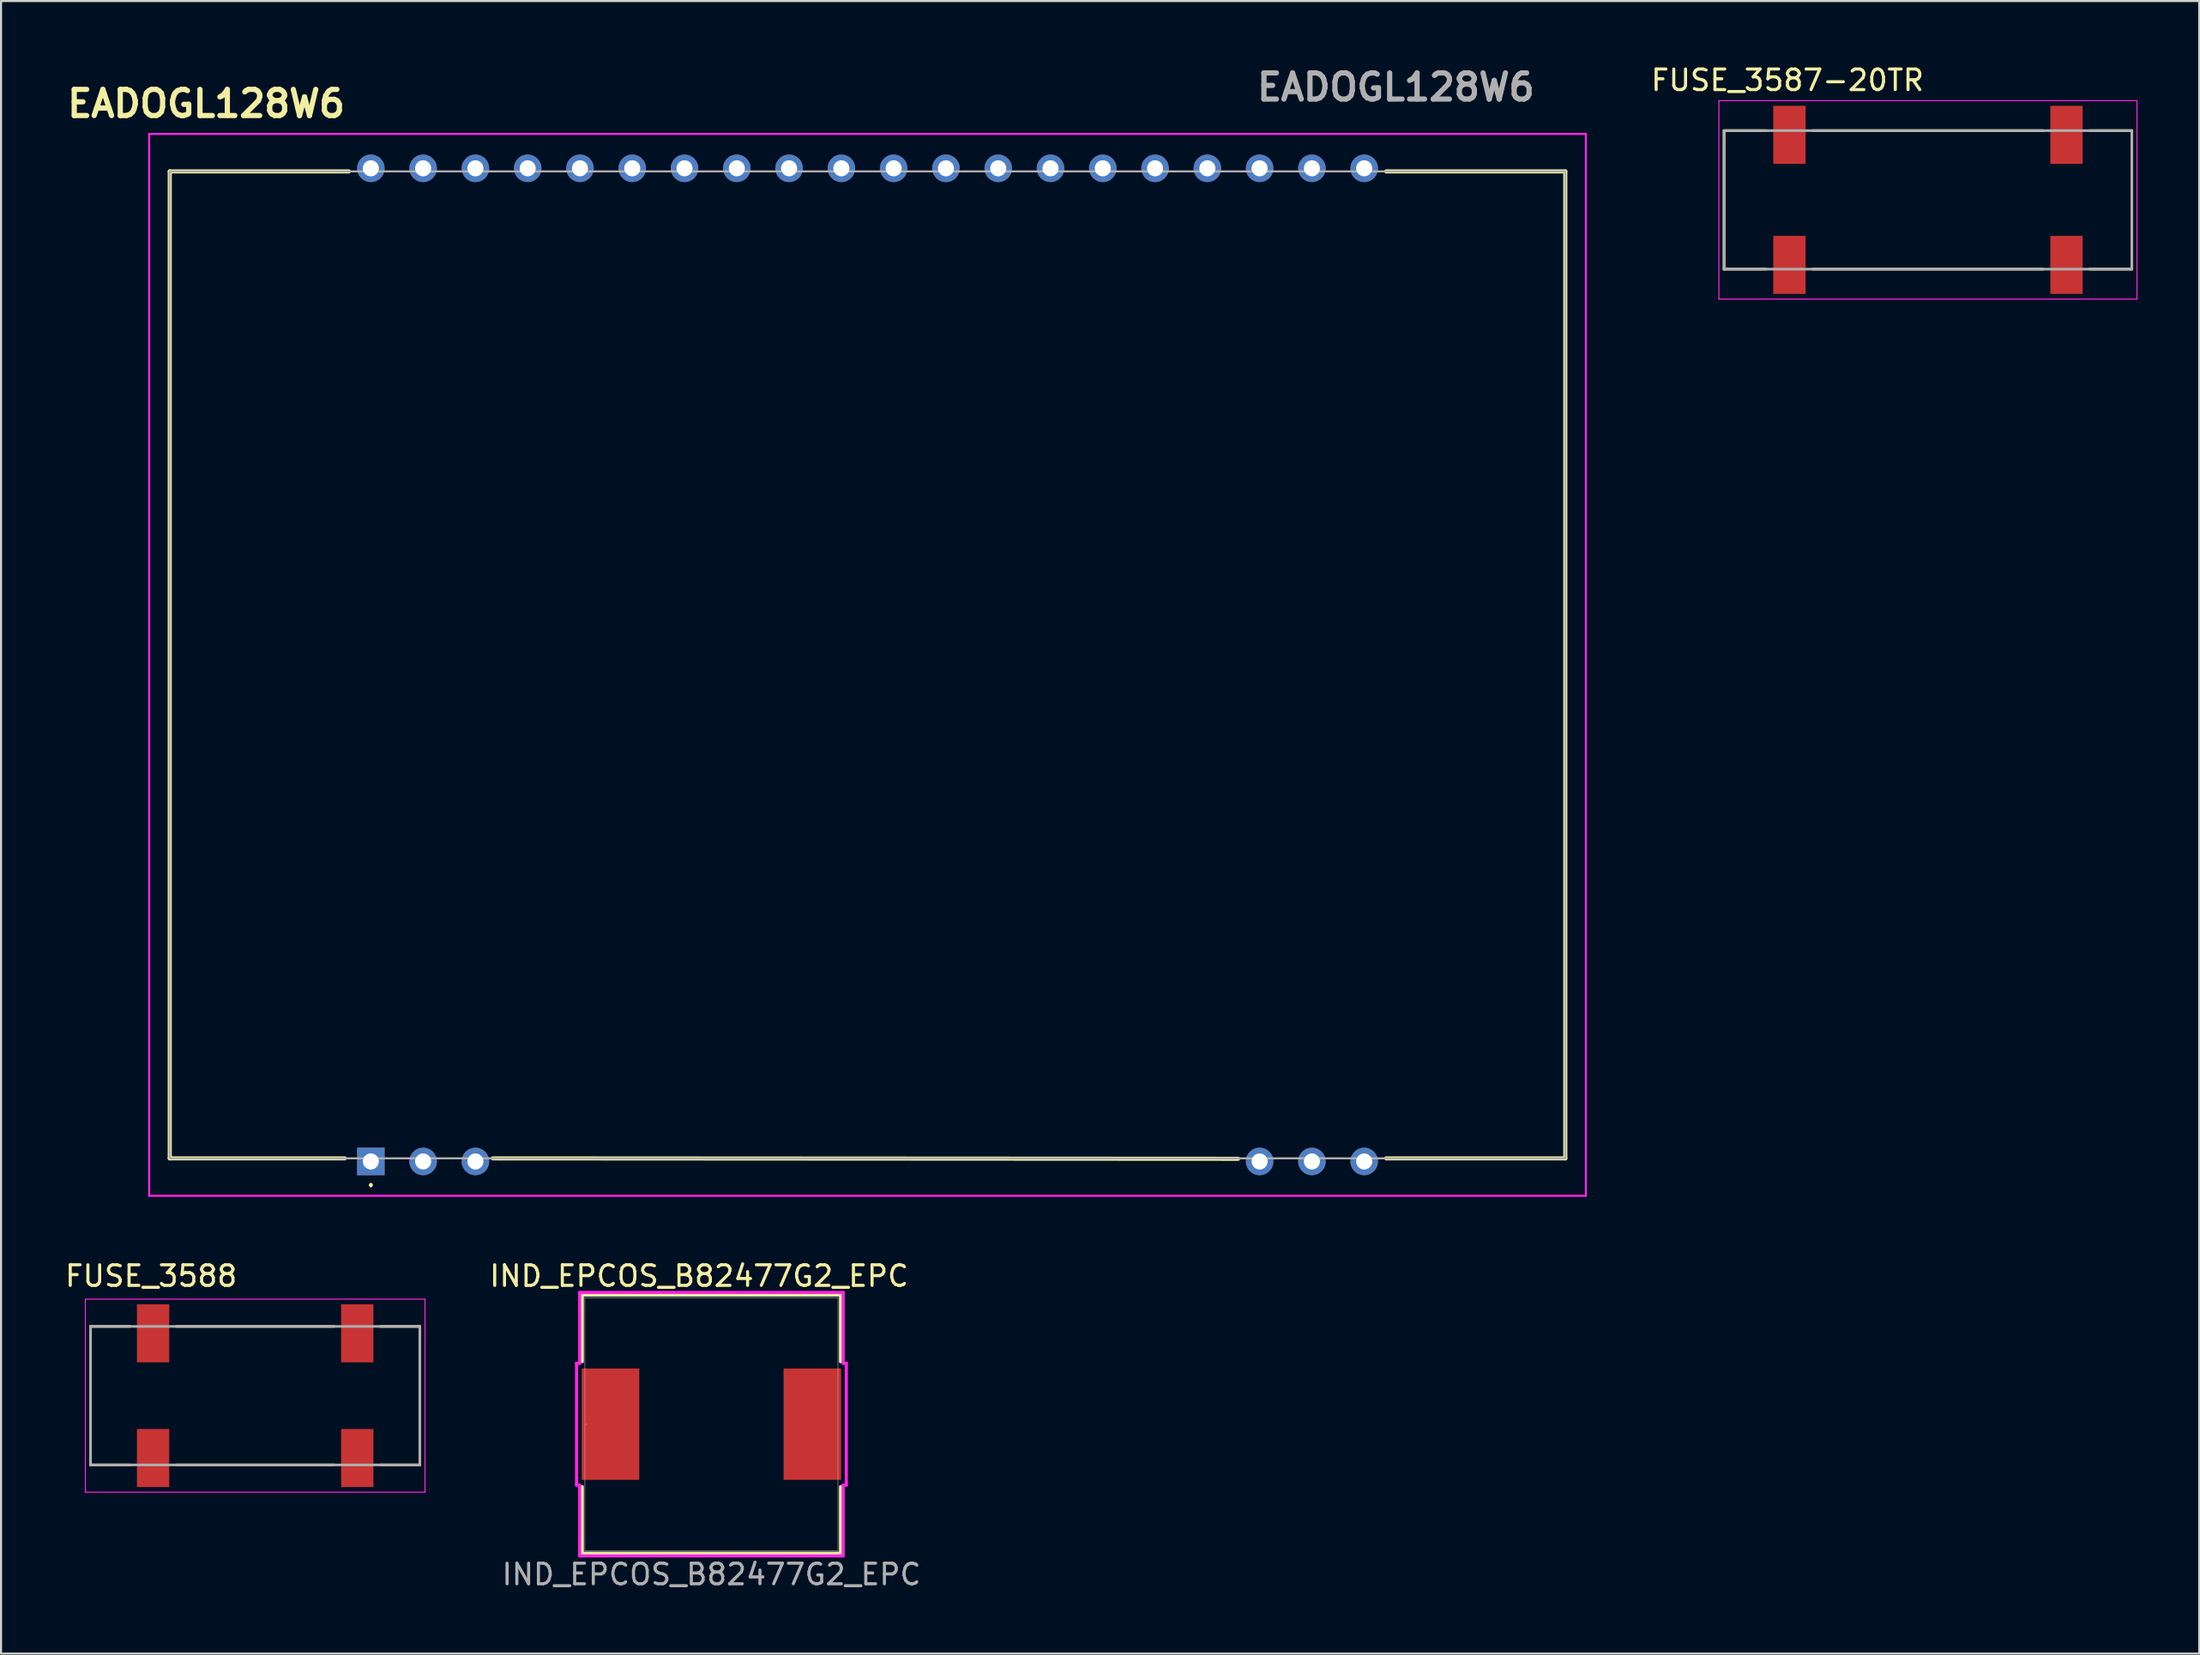
<source format=kicad_pcb>
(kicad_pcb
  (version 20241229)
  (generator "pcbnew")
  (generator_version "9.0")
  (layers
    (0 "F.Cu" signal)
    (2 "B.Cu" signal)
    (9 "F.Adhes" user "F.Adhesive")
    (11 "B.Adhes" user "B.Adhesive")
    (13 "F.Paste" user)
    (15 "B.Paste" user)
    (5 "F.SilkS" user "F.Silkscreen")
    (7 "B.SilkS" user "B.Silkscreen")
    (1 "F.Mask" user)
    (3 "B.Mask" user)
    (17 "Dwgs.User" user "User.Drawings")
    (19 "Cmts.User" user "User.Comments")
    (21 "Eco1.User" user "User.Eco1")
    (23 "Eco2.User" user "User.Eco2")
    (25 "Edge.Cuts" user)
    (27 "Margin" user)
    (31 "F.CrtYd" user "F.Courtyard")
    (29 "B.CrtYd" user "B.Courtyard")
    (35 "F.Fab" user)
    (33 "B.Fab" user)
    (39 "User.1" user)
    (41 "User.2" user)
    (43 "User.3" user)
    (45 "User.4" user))
  (footprint "EADOGL128W6"
    (layer "F.Cu")
    (at 14.967 53.389)
    (property "Reference" "EADOGL128W6" (at -8 -51.4 0) (layer "F.SilkS") (effects (font (size 1.27 1.27) (thickness 0.254))))
    (attr through_hole)
    (fp_line (start -9.77 -48.11) (end -9.77 -0.15) (stroke (width 0.2) (type solid)) (layer "F.SilkS"))
    (fp_line (start -9.77 -0.15) (end -1.27 -0.15) (stroke (width 0.2) (type solid)) (layer "F.SilkS"))
    (fp_line (start -1.07 -48.11) (end -9.77 -48.11) (stroke (width 0.2) (type solid)) (layer "F.SilkS"))
    (fp_line (start 0 1.1) (end 0 1.1) (stroke (width 0.1) (type solid)) (layer "F.SilkS"))
    (fp_line (start 0 1.2) (end 0 1.2) (stroke (width 0.1) (type solid)) (layer "F.SilkS"))
    (fp_line (start 5.93 -0.15) (end 42.13 -0.13) (stroke (width 0.2) (type solid)) (layer "F.SilkS"))
    (fp_line (start 49.33 -0.15) (end 58.03 -0.15) (stroke (width 0.2) (type solid)) (layer "F.SilkS"))
    (fp_line (start 58.03 -48.11) (end 49.33 -48.11) (stroke (width 0.2) (type solid)) (layer "F.SilkS"))
    (fp_line (start 58.03 -0.15) (end 58.03 -48.11) (stroke (width 0.2) (type solid)) (layer "F.SilkS"))
    (fp_arc (start 0 1.1) (mid 0.05 1.15) (end 0 1.2) (stroke (width 0.1) (type solid)) (layer "F.SilkS"))
    (fp_arc (start 0 1.2) (mid -0.05 1.15) (end 0 1.1) (stroke (width 0.1) (type solid)) (layer "F.SilkS"))
    (fp_line (start -10.77 -49.929) (end 59.03 -49.929) (stroke (width 0.1) (type solid)) (layer "F.CrtYd"))
    (fp_line (start -10.77 1.669) (end -10.77 -49.929) (stroke (width 0.1) (type solid)) (layer "F.CrtYd"))
    (fp_line (start 59.03 -49.929) (end 59.03 1.669) (stroke (width 0.1) (type solid)) (layer "F.CrtYd"))
    (fp_line (start 59.03 1.669) (end -10.77 1.669) (stroke (width 0.1) (type solid)) (layer "F.CrtYd"))
    (fp_line (start -9.77 -48.11) (end 58.03 -48.11) (stroke (width 0.1) (type solid)) (layer "F.Fab"))
    (fp_line (start -9.77 -0.15) (end -9.77 -48.11) (stroke (width 0.1) (type solid)) (layer "F.Fab"))
    (fp_line (start 58.03 -48.11) (end 58.03 -0.15) (stroke (width 0.1) (type solid)) (layer "F.Fab"))
    (fp_line (start 58.03 -0.15) (end -9.77 -0.15) (stroke (width 0.1) (type solid)) (layer "F.Fab"))
    (fp_text user "${REFERENCE}" (at 49.8 -52.2 0) (layer "F.Fab") (effects (font (size 1.27 1.27) (thickness 0.254))))
    (pad "1" thru_hole rect (at 0 0) (size 1.337 1.337) (drill 0.78) (layers "*.Cu" "*.Mask"))
    (pad "2" thru_hole circle (at 2.54 0) (size 1.337 1.337) (drill 0.78) (layers "*.Cu" "*.Mask"))
    (pad "3" thru_hole circle (at 5.08 0) (size 1.337 1.337) (drill 0.78) (layers "*.Cu" "*.Mask"))
    (pad "18" thru_hole circle (at 43.18 0) (size 1.337 1.337) (drill 0.78) (layers "*.Cu" "*.Mask"))
    (pad "19" thru_hole circle (at 45.72 0) (size 1.337 1.337) (drill 0.78) (layers "*.Cu" "*.Mask"))
    (pad "20" thru_hole circle (at 48.26 0) (size 1.337 1.337) (drill 0.78) (layers "*.Cu" "*.Mask"))
    (pad "21" thru_hole circle (at 48.26 -48.26) (size 1.337 1.337) (drill 0.78) (layers "*.Cu" "*.Mask"))
    (pad "22" thru_hole circle (at 45.72 -48.26) (size 1.337 1.337) (drill 0.78) (layers "*.Cu" "*.Mask"))
    (pad "23" thru_hole circle (at 43.18 -48.26) (size 1.337 1.337) (drill 0.78) (layers "*.Cu" "*.Mask"))
    (pad "24" thru_hole circle (at 40.64 -48.26) (size 1.337 1.337) (drill 0.78) (layers "*.Cu" "*.Mask"))
    (pad "25" thru_hole circle (at 38.1 -48.26) (size 1.337 1.337) (drill 0.78) (layers "*.Cu" "*.Mask"))
    (pad "26" thru_hole circle (at 35.56 -48.26) (size 1.337 1.337) (drill 0.78) (layers "*.Cu" "*.Mask"))
    (pad "27" thru_hole circle (at 33.02 -48.26) (size 1.337 1.337) (drill 0.78) (layers "*.Cu" "*.Mask"))
    (pad "28" thru_hole circle (at 30.48 -48.26) (size 1.337 1.337) (drill 0.78) (layers "*.Cu" "*.Mask"))
    (pad "29" thru_hole circle (at 27.94 -48.26) (size 1.337 1.337) (drill 0.78) (layers "*.Cu" "*.Mask"))
    (pad "30" thru_hole circle (at 25.4 -48.26) (size 1.337 1.337) (drill 0.78) (layers "*.Cu" "*.Mask"))
    (pad "31" thru_hole circle (at 22.86 -48.26) (size 1.337 1.337) (drill 0.78) (layers "*.Cu" "*.Mask"))
    (pad "32" thru_hole circle (at 20.32 -48.26) (size 1.337 1.337) (drill 0.78) (layers "*.Cu" "*.Mask"))
    (pad "33" thru_hole circle (at 17.78 -48.26) (size 1.337 1.337) (drill 0.78) (layers "*.Cu" "*.Mask"))
    (pad "34" thru_hole circle (at 15.24 -48.26) (size 1.337 1.337) (drill 0.78) (layers "*.Cu" "*.Mask"))
    (pad "35" thru_hole circle (at 12.7 -48.26) (size 1.337 1.337) (drill 0.78) (layers "*.Cu" "*.Mask"))
    (pad "36" thru_hole circle (at 10.16 -48.26) (size 1.337 1.337) (drill 0.78) (layers "*.Cu" "*.Mask"))
    (pad "37" thru_hole circle (at 7.62 -48.26) (size 1.337 1.337) (drill 0.78) (layers "*.Cu" "*.Mask"))
    (pad "38" thru_hole circle (at 5.08 -48.26) (size 1.337 1.337) (drill 0.78) (layers "*.Cu" "*.Mask"))
    (pad "39" thru_hole circle (at 2.54 -48.26) (size 1.337 1.337) (drill 0.78) (layers "*.Cu" "*.Mask"))
    (pad "40" thru_hole circle (at 0 -48.26) (size 1.337 1.337) (drill 0.78) (layers "*.Cu" "*.Mask")))
  (footprint "FUSE_3587-20TR"
    (layer "F.Cu")
    (at 90.616 6.663)
    (property "Reference" "FUSE_3587-20TR" (at -6.825 -5.815 0) (layer "F.SilkS") (effects (font (size 1 1) (thickness 0.15))))
    (attr smd)
    (fp_line (start -9.905 -3.365) (end -9.905 3.365) (stroke (width 0.127) (type solid)) (layer "F.SilkS"))
    (fp_line (start -7.85 -3.365) (end -9.905 -3.365) (stroke (width 0.127) (type solid)) (layer "F.SilkS"))
    (fp_line (start -7.85 3.365) (end -9.905 3.365) (stroke (width 0.127) (type solid)) (layer "F.SilkS"))
    (fp_line (start -5.6 -3.365) (end 5.6 -3.365) (stroke (width 0.127) (type solid)) (layer "F.SilkS"))
    (fp_line (start 5.6 3.365) (end -5.6 3.365) (stroke (width 0.127) (type solid)) (layer "F.SilkS"))
    (fp_line (start 7.85 -3.365) (end 9.905 -3.365) (stroke (width 0.127) (type solid)) (layer "F.SilkS"))
    (fp_line (start 7.85 3.365) (end 9.905 3.365) (stroke (width 0.127) (type solid)) (layer "F.SilkS"))
    (fp_line (start 9.905 -3.365) (end 9.905 3.365) (stroke (width 0.127) (type solid)) (layer "F.SilkS"))
    (fp_line (start -10.155 -4.82) (end 10.155 -4.82) (stroke (width 0.05) (type solid)) (layer "F.CrtYd"))
    (fp_line (start -10.155 4.82) (end -10.155 -4.82) (stroke (width 0.05) (type solid)) (layer "F.CrtYd"))
    (fp_line (start 10.155 -4.82) (end 10.155 4.82) (stroke (width 0.05) (type solid)) (layer "F.CrtYd"))
    (fp_line (start 10.155 4.82) (end -10.155 4.82) (stroke (width 0.05) (type solid)) (layer "F.CrtYd"))
    (fp_line (start -9.905 -3.365) (end 9.905 -3.365) (stroke (width 0.127) (type solid)) (layer "F.Fab"))
    (fp_line (start -9.905 3.365) (end -9.905 -3.365) (stroke (width 0.127) (type solid)) (layer "F.Fab"))
    (fp_line (start 9.905 -3.365) (end 9.905 3.365) (stroke (width 0.127) (type solid)) (layer "F.Fab"))
    (fp_line (start 9.905 3.365) (end -9.905 3.365) (stroke (width 0.127) (type solid)) (layer "F.Fab"))
    (pad "1_1" smd rect (at -6.73 -3.16) (size 1.57 2.82) (layers "F.Cu" "F.Mask" "F.Paste"))
    (pad "1_2" smd rect (at -6.73 3.16) (size 1.57 2.82) (layers "F.Cu" "F.Mask" "F.Paste"))
    (pad "2_1" smd rect (at 6.73 -3.16) (size 1.57 2.82) (layers "F.Cu" "F.Mask" "F.Paste"))
    (pad "2_2" smd rect (at 6.73 3.16) (size 1.57 2.82) (layers "F.Cu" "F.Mask" "F.Paste")))
  (footprint "IND_EPCOS_B82477G2_EPC"
    (layer "F.Cu")
    (at 31.513 66.156)
    (property "Reference" "IND_EPCOS_B82477G2_EPC" (at -0.6 -7.2 0) (unlocked yes) (layer "F.SilkS") (effects (font (size 1 1) (thickness 0.15))))
    (attr smd)
    (fp_line (start -6.274 -6.274) (end -6.274 -3.038) (stroke (width 0.152) (type solid)) (layer "F.SilkS"))
    (fp_line (start -6.274 3.038) (end -6.274 6.274) (stroke (width 0.152) (type solid)) (layer "F.SilkS"))
    (fp_line (start -6.274 6.274) (end 6.274 6.274) (stroke (width 0.152) (type solid)) (layer "F.SilkS"))
    (fp_line (start 6.274 -6.274) (end -6.274 -6.274) (stroke (width 0.152) (type solid)) (layer "F.SilkS"))
    (fp_line (start 6.274 -3.038) (end 6.274 -6.274) (stroke (width 0.152) (type solid)) (layer "F.SilkS"))
    (fp_line (start 6.274 6.274) (end 6.274 3.038) (stroke (width 0.152) (type solid)) (layer "F.SilkS"))
    (fp_line (start -6.553 -2.959) (end -6.401 -2.959) (stroke (width 0.152) (type solid)) (layer "F.CrtYd"))
    (fp_line (start -6.553 2.959) (end -6.553 -2.959) (stroke (width 0.152) (type solid)) (layer "F.CrtYd"))
    (fp_line (start -6.401 -6.401) (end 6.401 -6.401) (stroke (width 0.152) (type solid)) (layer "F.CrtYd"))
    (fp_line (start -6.401 -2.959) (end -6.401 -6.401) (stroke (width 0.152) (type solid)) (layer "F.CrtYd"))
    (fp_line (start -6.401 2.959) (end -6.553 2.959) (stroke (width 0.152) (type solid)) (layer "F.CrtYd"))
    (fp_line (start -6.401 6.401) (end -6.401 2.959) (stroke (width 0.152) (type solid)) (layer "F.CrtYd"))
    (fp_line (start 6.401 -6.401) (end 6.401 -2.959) (stroke (width 0.152) (type solid)) (layer "F.CrtYd"))
    (fp_line (start 6.401 -2.959) (end 6.553 -2.959) (stroke (width 0.152) (type solid)) (layer "F.CrtYd"))
    (fp_line (start 6.401 2.959) (end 6.401 6.401) (stroke (width 0.152) (type solid)) (layer "F.CrtYd"))
    (fp_line (start 6.401 6.401) (end -6.401 6.401) (stroke (width 0.152) (type solid)) (layer "F.CrtYd"))
    (fp_line (start 6.553 -2.959) (end 6.553 2.959) (stroke (width 0.152) (type solid)) (layer "F.CrtYd"))
    (fp_line (start 6.553 2.959) (end 6.401 2.959) (stroke (width 0.152) (type solid)) (layer "F.CrtYd"))
    (fp_line (start -6.147 -6.147) (end -6.147 6.147) (stroke (width 0.025) (type solid)) (layer "F.Fab"))
    (fp_line (start -6.147 6.147) (end 6.147 6.147) (stroke (width 0.025) (type solid)) (layer "F.Fab"))
    (fp_line (start 6.147 -6.147) (end -6.147 -6.147) (stroke (width 0.025) (type solid)) (layer "F.Fab"))
    (fp_line (start 6.147 6.147) (end 6.147 -6.147) (stroke (width 0.025) (type solid)) (layer "F.Fab"))
    (fp_circle (center -6.071 0) (end -6.071 0) (stroke (width 0.025) (type solid)) (fill no) (layer "F.Fab"))
    (fp_text user "${REFERENCE}" (at 0 7.3 0) (unlocked yes) (layer "F.Fab") (effects (font (size 1 1) (thickness 0.15))))
    (pad "1" smd rect (at -4.902 0) (size 2.794 5.41) (layers "F.Cu" "F.Mask" "F.Paste"))
    (pad "2" smd rect (at 4.902 0) (size 2.794 5.41) (layers "F.Cu" "F.Mask" "F.Paste"))
    (zone (net_name "") (layer "F.Cu") (hatch full 0.508) (connect_pads) (min_thickness 0.254) (filled_areas_thickness no) (keepout (tracks not_allowed) (vias not_allowed) (pads allowed) (copperpour not_allowed) (footprints allowed)) (placement (enabled no)) (fill) (polygon (pts (xy 28.059 60.06) (xy 34.968 60.06) (xy 34.968 72.252) (xy 28.059 72.252)))))
  (footprint "FUSE_3588"
    (layer "F.Cu")
    (at 9.347 64.771)
    (property "Reference" "FUSE_3588" (at -5.055 -5.815 0) (layer "F.SilkS") (effects (font (size 1 1) (thickness 0.15))))
    (attr smd)
    (fp_line (start -8 -3.365) (end -8 3.365) (stroke (width 0.127) (type solid)) (layer "F.SilkS"))
    (fp_line (start -6.08 -3.365) (end -8 -3.365) (stroke (width 0.127) (type solid)) (layer "F.SilkS"))
    (fp_line (start -6.08 3.365) (end -8 3.365) (stroke (width 0.127) (type solid)) (layer "F.SilkS"))
    (fp_line (start -3.83 -3.365) (end 3.83 -3.365) (stroke (width 0.127) (type solid)) (layer "F.SilkS"))
    (fp_line (start 3.83 3.365) (end -3.83 3.365) (stroke (width 0.127) (type solid)) (layer "F.SilkS"))
    (fp_line (start 6.08 -3.365) (end 8 -3.365) (stroke (width 0.127) (type solid)) (layer "F.SilkS"))
    (fp_line (start 6.08 3.365) (end 8 3.365) (stroke (width 0.127) (type solid)) (layer "F.SilkS"))
    (fp_line (start 8 -3.365) (end 8 3.365) (stroke (width 0.127) (type solid)) (layer "F.SilkS"))
    (fp_line (start -8.25 -4.69) (end 8.25 -4.69) (stroke (width 0.05) (type solid)) (layer "F.CrtYd"))
    (fp_line (start -8.25 4.69) (end -8.25 -4.69) (stroke (width 0.05) (type solid)) (layer "F.CrtYd"))
    (fp_line (start 8.25 -4.69) (end 8.25 4.69) (stroke (width 0.05) (type solid)) (layer "F.CrtYd"))
    (fp_line (start 8.25 4.69) (end -8.25 4.69) (stroke (width 0.05) (type solid)) (layer "F.CrtYd"))
    (fp_line (start -8 -3.365) (end 8 -3.365) (stroke (width 0.127) (type solid)) (layer "F.Fab"))
    (fp_line (start -8 3.365) (end -8 -3.365) (stroke (width 0.127) (type solid)) (layer "F.Fab"))
    (fp_line (start 8 -3.365) (end 8 3.365) (stroke (width 0.127) (type solid)) (layer "F.Fab"))
    (fp_line (start 8 3.365) (end -8 3.365) (stroke (width 0.127) (type solid)) (layer "F.Fab"))
    (pad "1_1" smd rect (at -4.96 -3.03) (size 1.57 2.82) (layers "F.Cu" "F.Mask" "F.Paste"))
    (pad "1_2" smd rect (at -4.96 3.03) (size 1.57 2.82) (layers "F.Cu" "F.Mask" "F.Paste"))
    (pad "2_1" smd rect (at 4.96 -3.03) (size 1.57 2.82) (layers "F.Cu" "F.Mask" "F.Paste"))
    (pad "2_2" smd rect (at 4.96 3.03) (size 1.57 2.82) (layers "F.Cu" "F.Mask" "F.Paste")))
  (gr_rect
    (start -3 -3)
    (end 103.796 77.304)
    (stroke (width 0.1) (type default))
    (fill no)
    (layer "Edge.Cuts")))
</source>
